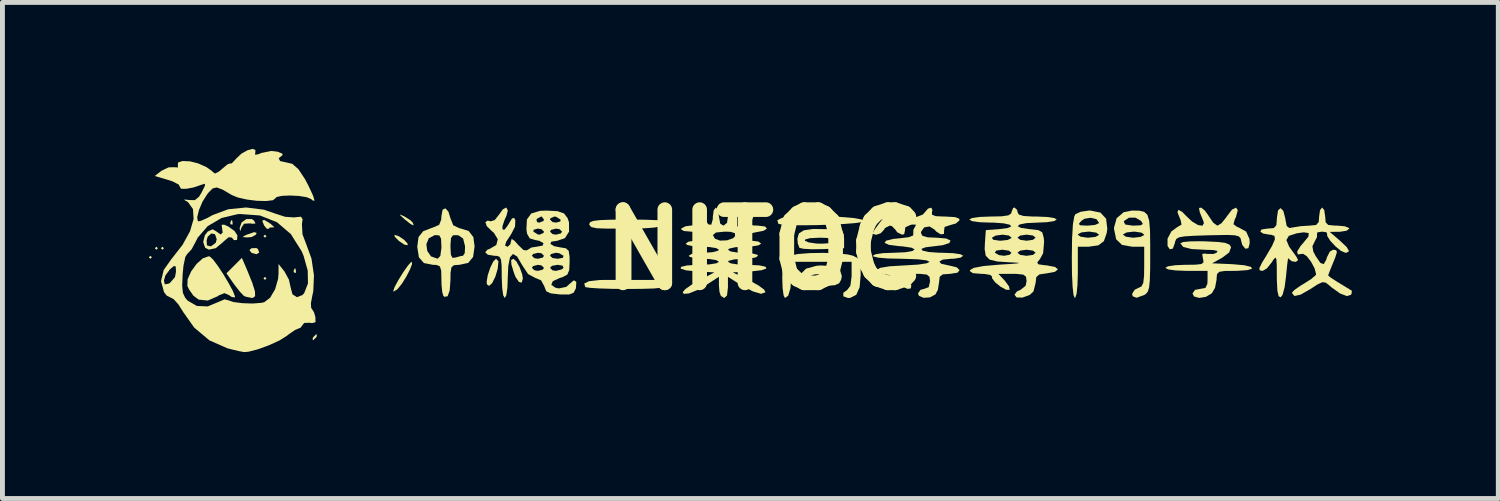
<source format=kicad_pcb>
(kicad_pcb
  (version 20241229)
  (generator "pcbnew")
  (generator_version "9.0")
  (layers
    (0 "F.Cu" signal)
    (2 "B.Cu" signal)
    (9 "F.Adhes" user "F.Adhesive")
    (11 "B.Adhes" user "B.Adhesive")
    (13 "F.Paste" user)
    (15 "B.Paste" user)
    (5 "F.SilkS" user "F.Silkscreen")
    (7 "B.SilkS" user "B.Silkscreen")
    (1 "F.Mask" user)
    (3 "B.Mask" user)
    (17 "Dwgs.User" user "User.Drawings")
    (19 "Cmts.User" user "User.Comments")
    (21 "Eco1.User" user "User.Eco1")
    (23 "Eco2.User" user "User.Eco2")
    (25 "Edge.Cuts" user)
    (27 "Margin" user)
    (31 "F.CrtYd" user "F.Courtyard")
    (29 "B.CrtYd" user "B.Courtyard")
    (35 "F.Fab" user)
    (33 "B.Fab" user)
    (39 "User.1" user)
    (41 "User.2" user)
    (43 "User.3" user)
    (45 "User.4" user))
  (footprint "NITOC"
    (layer "F.Cu")
    (at 12.607 2.067)
    (property "Reference" "NITOC" (at 0 0 0) (layer "F.SilkS") (effects (font (size 1.5 1.5) (thickness 0.3))))
    (attr board_only exclude_from_pos_files exclude_from_bom)
    (fp_poly (pts (xy -12.545 0.155) (xy -12.576 0.185) (xy -12.607 0.155) (xy -12.576 0.124)) (stroke (width 0) (type solid)) (fill yes) (layer "F.SilkS"))
    (fp_poly (pts (xy -12.422 -0.031) (xy -12.453 0) (xy -12.484 -0.031) (xy -12.453 -0.062)) (stroke (width 0) (type solid)) (fill yes) (layer "F.SilkS"))
    (fp_poly (pts (xy -12.298 -0.031) (xy -12.329 0) (xy -12.36 -0.031) (xy -12.329 -0.062)) (stroke (width 0) (type solid)) (fill yes) (layer "F.SilkS"))
    (fp_poly (pts (xy -10.197 -0.278) (xy -10.228 -0.247) (xy -10.259 -0.278) (xy -10.228 -0.309)) (stroke (width 0) (type solid)) (fill yes) (layer "F.SilkS"))
    (fp_poly (pts (xy -10.197 0.587) (xy -10.228 0.618) (xy -10.259 0.587) (xy -10.228 0.556)) (stroke (width 0) (type solid)) (fill yes) (layer "F.SilkS"))
    (fp_poly (pts (xy -10.897 -0.597) (xy -10.89 -0.524) (xy -10.897 -0.515) (xy -10.934 -0.523) (xy -10.939 -0.556) (xy -10.916 -0.607)) (stroke (width 0) (type solid)) (fill yes) (layer "F.SilkS"))
    (fp_poly (pts (xy -9.6 0.391) (xy -9.592 0.465) (xy -9.6 0.474) (xy -9.636 0.465) (xy -9.641 0.433) (xy -9.618 0.382)) (stroke (width 0) (type solid)) (fill yes) (layer "F.SilkS"))
    (fp_poly (pts (xy -10.372 -0.014) (xy -10.346 0.057) (xy -10.402 0.092) (xy -10.5 0.065) (xy -10.547 0.009) (xy -10.507 -0.03) (xy -10.404 -0.035)) (stroke (width 0) (type solid)) (fill yes) (layer "F.SilkS"))
    (fp_poly (pts (xy -10.399 -0.345) (xy -10.413 -0.309) (xy -10.499 -0.261) (xy -10.587 -0.252) (xy -10.682 -0.259) (xy -10.657 -0.283) (xy -10.599 -0.309) (xy -10.448 -0.361)) (stroke (width 0) (type solid)) (fill yes) (layer "F.SilkS"))
    (fp_poly (pts (xy -9.166 1.77) (xy -9.177 1.792) (xy -9.236 1.851) (xy -9.246 1.854) (xy -9.251 1.814) (xy -9.239 1.792) (xy -9.181 1.733) (xy -9.17 1.73)) (stroke (width 0) (type solid)) (fill yes) (layer "F.SilkS"))
    (fp_poly (pts (xy -7.373 -0.683) (xy -7.252 -0.608) (xy -7.2 -0.556) (xy -7.18 -0.498) (xy -7.241 -0.524) (xy -7.363 -0.621) (xy -7.456 -0.705) (xy -7.457 -0.721)) (stroke (width 0) (type solid)) (fill yes) (layer "F.SilkS"))
    (fp_poly (pts (xy -10.132 -0.545) (xy -10.101 -0.521) (xy -10.036 -0.462) (xy -10.053 -0.459) (xy -10.131 -0.455) (xy -10.146 -0.432) (xy -10.188 -0.428) (xy -10.244 -0.494) (xy -10.285 -0.593) (xy -10.244 -0.611)) (stroke (width 0) (type solid)) (fill yes) (layer "F.SilkS"))
    (fp_poly (pts (xy -7.48 -0.274) (xy -7.377 -0.204) (xy -7.308 -0.129) (xy -7.304 -0.092) (xy -7.368 -0.103) (xy -7.479 -0.177) (xy -7.485 -0.182) (xy -7.568 -0.265) (xy -7.575 -0.305) (xy -7.571 -0.305)) (stroke (width 0) (type solid)) (fill yes) (layer "F.SilkS"))
    (fp_poly (pts (xy -5.078 0.237) (xy -5.01 0.359) (xy -4.958 0.501) (xy -4.944 0.59) (xy -4.968 0.674) (xy -5.024 0.66) (xy -5.093 0.56) (xy -5.123 0.485) (xy -5.179 0.303) (xy -5.184 0.211) (xy -5.139 0.185)) (stroke (width 0) (type solid)) (fill yes) (layer "F.SilkS"))
    (fp_poly (pts (xy -10.494 -0.628) (xy -10.45 -0.594) (xy -10.421 -0.537) (xy -10.489 -0.533) (xy -10.531 -0.54) (xy -10.657 -0.533) (xy -10.71 -0.454) (xy -10.734 -0.38) (xy -10.744 -0.423) (xy -10.746 -0.446) (xy -10.707 -0.56) (xy -10.607 -0.629)) (stroke (width 0) (type solid)) (fill yes) (layer "F.SilkS"))
    (fp_poly (pts (xy -5.444 0.237) (xy -5.459 0.389) (xy -5.506 0.547) (xy -5.572 0.683) (xy -5.637 0.741) (xy -5.68 0.709) (xy -5.686 0.658) (xy -5.664 0.525) (xy -5.613 0.371) (xy -5.551 0.242) (xy -5.496 0.186) (xy -5.494 0.185)) (stroke (width 0) (type solid)) (fill yes) (layer "F.SilkS"))
    (fp_poly (pts (xy -10.597 0.408) (xy -10.488 0.677) (xy -10.433 0.853) (xy -10.43 0.951) (xy -10.476 0.987) (xy -10.495 0.988) (xy -10.624 0.962) (xy -10.664 0.942) (xy -10.738 0.864) (xy -10.844 0.73) (xy -10.873 0.69) (xy -11.017 0.483) (xy -10.859 0.325) (xy -10.701 0.167)) (stroke (width 0) (type solid)) (fill yes) (layer "F.SilkS"))
    (fp_poly (pts (xy -7.214 0.293) (xy -7.257 0.405) (xy -7.332 0.551) (xy -7.421 0.694) (xy -7.506 0.799) (xy -7.522 0.814) (xy -7.59 0.856) (xy -7.601 0.85) (xy -7.571 0.763) (xy -7.495 0.623) (xy -7.398 0.466) (xy -7.303 0.33) (xy -7.235 0.253) (xy -7.221 0.247)) (stroke (width 0) (type solid)) (fill yes) (layer "F.SilkS"))
    (fp_poly (pts (xy -11.356 0.14) (xy -11.29 0.202) (xy -11.191 0.335) (xy -11.077 0.508) (xy -10.969 0.69) (xy -10.884 0.848) (xy -10.843 0.954) (xy -10.844 0.977) (xy -10.909 0.968) (xy -10.965 0.93) (xy -11.058 0.889) (xy -11.169 0.933) (xy -11.197 0.953) (xy -11.4 1.041) (xy -11.586 1.022) (xy -11.694 0.942) (xy -11.783 0.815) (xy -11.818 0.742) (xy -11.813 0.606) (xy -11.741 0.444) (xy -11.628 0.289) (xy -11.499 0.175) (xy -11.381 0.134)) (stroke (width 0) (type solid)) (fill yes) (layer "F.SilkS"))
    (fp_poly (pts (xy 1.23 -0.815) (xy 1.236 -0.775) (xy 1.27 -0.722) (xy 1.384 -0.689) (xy 1.599 -0.669) (xy 1.638 -0.667) (xy 1.846 -0.649) (xy 1.996 -0.62) (xy 2.055 -0.587) (xy 2.003 -0.565) (xy 1.854 -0.545) (xy 1.634 -0.528) (xy 1.369 -0.514) (xy 1.086 -0.505) (xy 0.811 -0.501) (xy 0.57 -0.503) (xy 0.39 -0.512) (xy 0.297 -0.529) (xy 0.292 -0.532) (xy 0.269 -0.604) (xy 0.365 -0.653) (xy 0.577 -0.677) (xy 0.714 -0.68) (xy 0.939 -0.686) (xy 1.063 -0.709) (xy 1.11 -0.753) (xy 1.112 -0.773) (xy 1.146 -0.855) (xy 1.174 -0.865)) (stroke (width 0) (type solid)) (fill yes) (layer "F.SilkS"))
    (fp_poly (pts (xy 1.301 -0.421) (xy 1.494 -0.406) (xy 1.594 -0.378) (xy 1.632 -0.319) (xy 1.638 -0.216) (xy 1.638 -0.031) (xy 1.202 -0.013) (xy 0.981 -0.01) (xy 0.81 -0.019) (xy 0.725 -0.038) (xy 0.723 -0.039) (xy 0.689 -0.129) (xy 0.684 -0.185) (xy 0.834 -0.185) (xy 0.914 -0.15) (xy 1.073 -0.127) (xy 1.178 -0.124) (xy 1.353 -0.135) (xy 1.463 -0.164) (xy 1.483 -0.185) (xy 1.427 -0.219) (xy 1.283 -0.242) (xy 1.14 -0.247) (xy 0.94 -0.237) (xy 0.84 -0.21) (xy 0.834 -0.185) (xy 0.684 -0.185) (xy 0.68 -0.225) (xy 0.711 -0.334) (xy 0.815 -0.399) (xy 1.008 -0.426)) (stroke (width 0) (type solid)) (fill yes) (layer "F.SilkS"))
    (fp_poly (pts (xy 1.406 0.335) (xy 1.552 0.408) (xy 1.592 0.542) (xy 1.577 0.615) (xy 1.537 0.687) (xy 1.455 0.725) (xy 1.299 0.74) (xy 1.168 0.742) (xy 0.946 0.733) (xy 0.82 0.703) (xy 0.762 0.645) (xy 0.761 0.641) (xy 0.757 0.556) (xy 0.927 0.556) (xy 0.982 0.595) (xy 1.119 0.616) (xy 1.174 0.618) (xy 1.329 0.604) (xy 1.415 0.57) (xy 1.421 0.556) (xy 1.367 0.518) (xy 1.23 0.496) (xy 1.174 0.494) (xy 1.019 0.508) (xy 0.933 0.542) (xy 0.927 0.556) (xy 0.757 0.556) (xy 0.753 0.492) (xy 0.859 0.387) (xy 1.072 0.329) (xy 1.155 0.322)) (stroke (width 0) (type solid)) (fill yes) (layer "F.SilkS"))
    (fp_poly (pts (xy -10.979 -0.476) (xy -10.852 -0.385) (xy -10.793 -0.294) (xy -10.8 -0.2) (xy -10.862 -0.197) (xy -10.91 -0.25) (xy -10.973 -0.256) (xy -11.077 -0.168) (xy -11.085 -0.158) (xy -11.236 -0.032) (xy -11.377 -0.002) (xy -11.454 -0.041) (xy -11.494 -0.157) (xy -11.485 -0.195) (xy -11.423 -0.195) (xy -11.417 -0.089) (xy -11.344 -0.07) (xy -11.33 -0.073) (xy -11.235 -0.144) (xy -11.217 -0.217) (xy -11.252 -0.318) (xy -11.328 -0.333) (xy -11.4 -0.268) (xy -11.423 -0.195) (xy -11.485 -0.195) (xy -11.459 -0.298) (xy -11.4 -0.373) (xy -11.3 -0.419) (xy -11.233 -0.381) (xy -11.136 -0.313) (xy -11.095 -0.35) (xy -11.105 -0.43) (xy -11.116 -0.51) (xy -11.066 -0.514)) (stroke (width 0) (type solid)) (fill yes) (layer "F.SilkS"))
    (fp_poly (pts (xy 1.484 0.073) (xy 1.709 0.096) (xy 1.819 0.122) (xy 1.912 0.17) (xy 1.96 0.248) (xy 1.976 0.393) (xy 1.978 0.511) (xy 1.956 0.769) (xy 1.888 0.923) (xy 1.765 0.986) (xy 1.718 0.989) (xy 1.622 0.954) (xy 1.622 0.882) (xy 1.7 0.826) (xy 1.767 0.739) (xy 1.792 0.544) (xy 1.792 0.519) (xy 1.792 0.247) (xy 1.174 0.247) (xy 0.556 0.247) (xy 0.556 0.52) (xy 0.54 0.785) (xy 0.492 0.943) (xy 0.426 0.989) (xy 0.398 0.932) (xy 0.378 0.785) (xy 0.371 0.586) (xy 0.375 0.366) (xy 0.393 0.238) (xy 0.438 0.169) (xy 0.52 0.126) (xy 0.529 0.122) (xy 0.691 0.088) (xy 0.932 0.069) (xy 1.211 0.064)) (stroke (width 0) (type solid)) (fill yes) (layer "F.SilkS"))
    (fp_poly (pts (xy -2.432 -0.615) (xy -2.196 -0.606) (xy -2.056 -0.589) (xy -1.996 -0.562) (xy -1.993 -0.541) (xy -2.068 -0.491) (xy -2.241 -0.456) (xy -2.369 -0.445) (xy -2.719 -0.426) (xy -2.719 0.096) (xy -2.719 0.618) (xy -2.279 0.618) (xy -2.053 0.621) (xy -1.93 0.634) (xy -1.89 0.661) (xy -1.913 0.708) (xy -1.916 0.711) (xy -1.973 0.75) (xy -2.082 0.777) (xy -2.261 0.794) (xy -2.529 0.802) (xy -2.809 0.803) (xy -3.115 0.801) (xy -3.375 0.793) (xy -3.564 0.781) (xy -3.66 0.767) (xy -3.665 0.764) (xy -3.687 0.693) (xy -3.59 0.645) (xy -3.378 0.621) (xy -3.241 0.618) (xy -2.843 0.618) (xy -2.843 0.093) (xy -2.843 -0.433) (xy -3.214 -0.433) (xy -3.429 -0.44) (xy -3.545 -0.465) (xy -3.584 -0.514) (xy -3.584 -0.525) (xy -3.567 -0.564) (xy -3.501 -0.59) (xy -3.369 -0.607) (xy -3.153 -0.615) (xy -2.834 -0.618) (xy -2.776 -0.618)) (stroke (width 0) (type solid)) (fill yes) (layer "F.SilkS"))
    (fp_poly (pts (xy 6.891 -0.761) (xy 7.006 -0.636) (xy 7.031 -0.427) (xy 7.018 -0.339) (xy 6.961 -0.176) (xy 6.847 -0.09) (xy 6.648 -0.062) (xy 6.608 -0.062) (xy 6.427 -0.062) (xy 6.427 0.464) (xy 6.42 0.719) (xy 6.402 0.9) (xy 6.373 0.985) (xy 6.365 0.989) (xy 6.339 0.929) (xy 6.32 0.758) (xy 6.307 0.489) (xy 6.304 0.167) (xy 6.309 -0.235) (xy 6.314 -0.309) (xy 6.427 -0.309) (xy 6.482 -0.268) (xy 6.615 -0.248) (xy 6.644 -0.247) (xy 6.787 -0.263) (xy 6.858 -0.301) (xy 6.86 -0.309) (xy 6.806 -0.35) (xy 6.672 -0.37) (xy 6.644 -0.371) (xy 6.501 -0.355) (xy 6.429 -0.317) (xy 6.427 -0.309) (xy 6.314 -0.309) (xy 6.326 -0.517) (xy 6.328 -0.529) (xy 6.447 -0.529) (xy 6.476 -0.501) (xy 6.608 -0.494) (xy 6.63 -0.494) (xy 6.778 -0.508) (xy 6.856 -0.542) (xy 6.86 -0.552) (xy 6.81 -0.626) (xy 6.694 -0.655) (xy 6.565 -0.635) (xy 6.5 -0.593) (xy 6.447 -0.529) (xy 6.328 -0.529) (xy 6.354 -0.683) (xy 6.378 -0.729) (xy 6.485 -0.778) (xy 6.653 -0.803) (xy 6.685 -0.803)) (stroke (width 0) (type solid)) (fill yes) (layer "F.SilkS"))
    (fp_poly (pts (xy 9.704 -0.81) (xy 9.668 -0.673) (xy 9.641 -0.618) (xy 9.616 -0.523) (xy 9.691 -0.468) (xy 9.718 -0.459) (xy 9.876 -0.372) (xy 9.943 -0.222) (xy 9.949 -0.134) (xy 9.921 -0.031) (xy 9.859 -0.021) (xy 9.797 -0.097) (xy 9.775 -0.177) (xy 9.761 -0.237) (xy 9.723 -0.275) (xy 9.641 -0.296) (xy 9.49 -0.303) (xy 9.249 -0.299) (xy 9.096 -0.296) (xy 8.803 -0.286) (xy 8.612 -0.274) (xy 8.5 -0.254) (xy 8.443 -0.22) (xy 8.421 -0.167) (xy 8.416 -0.139) (xy 8.374 -0.024) (xy 8.312 -0.009) (xy 8.265 -0.077) (xy 8.265 -0.226) (xy 8.343 -0.375) (xy 8.463 -0.462) (xy 8.551 -0.515) (xy 8.534 -0.607) (xy 8.528 -0.618) (xy 8.469 -0.765) (xy 8.487 -0.819) (xy 8.57 -0.772) (xy 8.644 -0.695) (xy 8.77 -0.577) (xy 8.891 -0.506) (xy 8.98 -0.492) (xy 9.01 -0.543) (xy 8.999 -0.587) (xy 8.94 -0.732) (xy 8.924 -0.773) (xy 8.91 -0.856) (xy 8.954 -0.863) (xy 9.029 -0.804) (xy 9.108 -0.694) (xy 9.116 -0.68) (xy 9.202 -0.554) (xy 9.283 -0.495) (xy 9.289 -0.494) (xy 9.37 -0.543) (xy 9.466 -0.662) (xy 9.477 -0.68) (xy 9.586 -0.822) (xy 9.669 -0.863)) (stroke (width 0) (type solid)) (fill yes) (layer "F.SilkS"))
    (fp_poly (pts (xy 7.685 -0.8) (xy 7.787 -0.777) (xy 7.853 -0.715) (xy 7.889 -0.595) (xy 7.906 -0.399) (xy 7.91 -0.107) (xy 7.91 0.066) (xy 7.909 0.395) (xy 7.902 0.623) (xy 7.888 0.769) (xy 7.862 0.856) (xy 7.822 0.905) (xy 7.791 0.925) (xy 7.632 0.984) (xy 7.55 0.953) (xy 7.54 0.903) (xy 7.591 0.82) (xy 7.663 0.785) (xy 7.73 0.753) (xy 7.768 0.679) (xy 7.784 0.535) (xy 7.787 0.346) (xy 7.787 -0.062) (xy 7.542 -0.062) (xy 7.333 -0.098) (xy 7.212 -0.215) (xy 7.193 -0.309) (xy 7.354 -0.309) (xy 7.409 -0.268) (xy 7.542 -0.248) (xy 7.571 -0.247) (xy 7.714 -0.263) (xy 7.785 -0.301) (xy 7.787 -0.309) (xy 7.733 -0.35) (xy 7.599 -0.37) (xy 7.571 -0.371) (xy 7.428 -0.355) (xy 7.356 -0.317) (xy 7.354 -0.309) (xy 7.193 -0.309) (xy 7.169 -0.423) (xy 7.169 -0.455) (xy 7.202 -0.572) (xy 7.369 -0.572) (xy 7.4 -0.516) (xy 7.545 -0.495) (xy 7.573 -0.494) (xy 7.717 -0.501) (xy 7.759 -0.529) (xy 7.723 -0.59) (xy 7.609 -0.657) (xy 7.476 -0.657) (xy 7.38 -0.594) (xy 7.369 -0.572) (xy 7.202 -0.572) (xy 7.222 -0.646) (xy 7.367 -0.769) (xy 7.539 -0.803)) (stroke (width 0) (type solid)) (fill yes) (layer "F.SilkS"))
    (fp_poly (pts (xy 9.038 -0.172) (xy 9.296 -0.159) (xy 9.454 -0.138) (xy 9.537 -0.103) (xy 9.567 -0.05) (xy 9.527 0.057) (xy 9.382 0.166) (xy 9.177 0.278) (xy 9.595 0.296) (xy 9.839 0.318) (xy 9.974 0.351) (xy 9.998 0.387) (xy 9.907 0.417) (xy 9.699 0.432) (xy 9.641 0.433) (xy 9.436 0.435) (xy 9.325 0.452) (xy 9.279 0.498) (xy 9.27 0.587) (xy 9.27 0.614) (xy 9.238 0.78) (xy 9.173 0.892) (xy 9.052 0.965) (xy 8.915 0.987) (xy 8.809 0.958) (xy 8.776 0.896) (xy 8.829 0.822) (xy 8.93 0.803) (xy 9.041 0.783) (xy 9.081 0.699) (xy 9.085 0.618) (xy 9.085 0.433) (xy 8.652 0.433) (xy 8.43 0.424) (xy 8.277 0.403) (xy 8.219 0.371) (xy 8.219 0.371) (xy 8.276 0.339) (xy 8.427 0.317) (xy 8.625 0.309) (xy 8.842 0.306) (xy 8.959 0.293) (xy 9.002 0.259) (xy 8.995 0.197) (xy 8.99 0.179) (xy 8.976 0.086) (xy 9.039 0.078) (xy 9.063 0.085) (xy 9.206 0.087) (xy 9.27 0.061) (xy 9.29 0.025) (xy 9.201 0.006) (xy 9.043 0.001) (xy 8.756 -0.014) (xy 8.586 -0.058) (xy 8.528 -0.131) (xy 8.528 -0.133) (xy 8.586 -0.158) (xy 8.74 -0.172) (xy 8.964 -0.174)) (stroke (width 0) (type solid)) (fill yes) (layer "F.SilkS"))
    (fp_poly (pts (xy -6.469 -0.78) (xy -6.427 -0.644) (xy -6.37 -0.501) (xy -6.249 -0.443) (xy -6.241 -0.442) (xy -6.054 -0.384) (xy -5.958 -0.259) (xy -5.933 -0.067) (xy -5.964 0.149) (xy -6.064 0.27) (xy -6.245 0.309) (xy -6.254 0.309) (xy -6.357 0.317) (xy -6.408 0.362) (xy -6.426 0.477) (xy -6.427 0.614) (xy -6.443 0.833) (xy -6.485 0.953) (xy -6.551 0.964) (xy -6.573 0.946) (xy -6.596 0.866) (xy -6.611 0.706) (xy -6.613 0.608) (xy -6.617 0.429) (xy -6.644 0.341) (xy -6.712 0.312) (xy -6.786 0.309) (xy -6.971 0.273) (xy -7.074 0.156) (xy -7.107 -0.056) (xy -7.107 -0.067) (xy -7.101 -0.113) (xy -6.921 -0.113) (xy -6.903 0.024) (xy -6.825 0.137) (xy -6.69 0.184) (xy -6.69 0.184) (xy -6.635 0.127) (xy -6.613 -0.037) (xy -6.613 -0.059) (xy -6.427 -0.059) (xy -6.419 0.103) (xy -6.386 0.166) (xy -6.329 0.161) (xy -6.209 0.128) (xy -6.171 0.124) (xy -6.135 0.07) (xy -6.128 -0.06) (xy -6.13 -0.077) (xy -6.167 -0.227) (xy -6.255 -0.291) (xy -6.288 -0.298) (xy -6.376 -0.297) (xy -6.416 -0.241) (xy -6.427 -0.098) (xy -6.427 -0.059) (xy -6.613 -0.059) (xy -6.613 -0.066) (xy -6.62 -0.226) (xy -6.655 -0.293) (xy -6.737 -0.3) (xy -6.752 -0.298) (xy -6.872 -0.234) (xy -6.921 -0.113) (xy -7.101 -0.113) (xy -7.081 -0.261) (xy -6.987 -0.379) (xy -6.798 -0.452) (xy -6.783 -0.456) (xy -6.659 -0.51) (xy -6.616 -0.618) (xy -6.613 -0.686) (xy -6.588 -0.82) (xy -6.532 -0.849)) (stroke (width 0) (type solid)) (fill yes) (layer "F.SilkS"))
    (fp_poly (pts (xy 11.476 -0.812) (xy 11.495 -0.682) (xy 11.495 -0.68) (xy 11.505 -0.561) (xy 11.558 -0.508) (xy 11.689 -0.495) (xy 11.742 -0.494) (xy 11.897 -0.481) (xy 11.983 -0.446) (xy 11.989 -0.433) (xy 11.935 -0.39) (xy 11.804 -0.369) (xy 11.788 -0.368) (xy 11.588 -0.366) (xy 11.788 -0.194) (xy 11.937 -0.054) (xy 11.984 0.029) (xy 11.933 0.061) (xy 11.908 0.062) (xy 11.818 0.023) (xy 11.705 -0.07) (xy 11.6 -0.183) (xy 11.536 -0.283) (xy 11.535 -0.329) (xy 11.517 -0.36) (xy 11.433 -0.371) (xy 11.338 -0.357) (xy 11.328 -0.332) (xy 11.327 -0.258) (xy 11.282 -0.172) (xy 11.233 -0.07) (xy 11.252 0.037) (xy 11.3 0.129) (xy 11.396 0.27) (xy 11.465 0.295) (xy 11.517 0.205) (xy 11.531 0.155) (xy 11.59 0.039) (xy 11.656 0) (xy 11.72 0.008) (xy 11.735 0.052) (xy 11.701 0.16) (xy 11.649 0.288) (xy 11.59 0.433) (xy 11.558 0.52) (xy 11.557 0.528) (xy 11.604 0.568) (xy 11.724 0.646) (xy 11.788 0.685) (xy 11.934 0.774) (xy 12.028 0.832) (xy 12.042 0.841) (xy 12.036 0.898) (xy 12.023 0.923) (xy 11.941 0.95) (xy 11.8 0.896) (xy 11.624 0.77) (xy 11.587 0.737) (xy 11.509 0.675) (xy 11.437 0.665) (xy 11.335 0.713) (xy 11.193 0.805) (xy 10.992 0.92) (xy 10.865 0.948) (xy 10.816 0.888) (xy 10.816 0.877) (xy 10.865 0.824) (xy 10.988 0.738) (xy 11.063 0.693) (xy 11.21 0.599) (xy 11.298 0.524) (xy 11.309 0.502) (xy 11.279 0.383) (xy 11.206 0.246) (xy 11.118 0.132) (xy 11.042 0.083) (xy 11.031 0.084) (xy 10.933 0.096) (xy 10.921 0.036) (xy 10.993 -0.079) (xy 11.041 -0.134) (xy 11.152 -0.269) (xy 11.158 -0.341) (xy 11.057 -0.357) (xy 10.914 -0.337) (xy 10.751 -0.285) (xy 10.7 -0.199) (xy 10.756 -0.065) (xy 10.815 0.017) (xy 10.901 0.136) (xy 10.939 0.209) (xy 10.939 0.211) (xy 10.896 0.249) (xy 10.811 0.236) (xy 10.748 0.186) (xy 10.742 0.17) (xy 10.733 0.187) (xy 10.717 0.303) (xy 10.698 0.493) (xy 10.696 0.52) (xy 10.665 0.763) (xy 10.623 0.922) (xy 10.583 0.974) (xy 10.541 0.952) (xy 10.516 0.842) (xy 10.505 0.629) (xy 10.504 0.546) (xy 10.503 0.315) (xy 10.495 0.192) (xy 10.475 0.159) (xy 10.437 0.2) (xy 10.397 0.263) (xy 10.302 0.381) (xy 10.217 0.432) (xy 10.214 0.433) (xy 10.153 0.422) (xy 10.147 0.375) (xy 10.2 0.267) (xy 10.279 0.138) (xy 10.407 -0.079) (xy 10.465 -0.213) (xy 10.456 -0.284) (xy 10.383 -0.308) (xy 10.353 -0.309) (xy 10.223 -0.332) (xy 10.166 -0.371) (xy 10.19 -0.415) (xy 10.311 -0.433) (xy 10.317 -0.433) (xy 10.443 -0.444) (xy 10.495 -0.502) (xy 10.506 -0.646) (xy 10.506 -0.654) (xy 10.529 -0.807) (xy 10.581 -0.853) (xy 10.638 -0.795) (xy 10.679 -0.638) (xy 10.68 -0.623) (xy 10.706 -0.487) (xy 10.762 -0.445) (xy 10.835 -0.457) (xy 10.995 -0.483) (xy 11.17 -0.494) (xy 11.309 -0.507) (xy 11.363 -0.568) (xy 11.371 -0.68) (xy 11.389 -0.81) (xy 11.432 -0.865) (xy 11.433 -0.865)) (stroke (width 0) (type solid)) (fill yes) (layer "F.SilkS"))
    (fp_poly (pts (xy 3.449 -0.81) (xy 3.438 -0.773) (xy 3.44 -0.717) (xy 3.516 -0.688) (xy 3.688 -0.68) (xy 3.715 -0.68) (xy 3.911 -0.669) (xy 3.997 -0.636) (xy 4.002 -0.603) (xy 3.928 -0.538) (xy 3.815 -0.506) (xy 3.697 -0.467) (xy 3.687 -0.398) (xy 3.684 -0.324) (xy 3.617 -0.316) (xy 3.527 -0.372) (xy 3.492 -0.412) (xy 3.389 -0.477) (xy 3.279 -0.458) (xy 3.216 -0.369) (xy 3.214 -0.342) (xy 3.244 -0.283) (xy 3.353 -0.254) (xy 3.528 -0.247) (xy 3.731 -0.23) (xy 3.819 -0.188) (xy 3.794 -0.137) (xy 3.66 -0.093) (xy 3.502 -0.074) (xy 3.305 -0.05) (xy 3.222 -0.017) (xy 3.245 0.018) (xy 3.366 0.046) (xy 3.578 0.061) (xy 3.646 0.062) (xy 3.868 0.07) (xy 4.021 0.092) (xy 4.079 0.124) (xy 4.079 0.124) (xy 4.024 0.162) (xy 3.887 0.184) (xy 3.832 0.185) (xy 3.661 0.202) (xy 3.59 0.242) (xy 3.627 0.287) (xy 3.777 0.32) (xy 3.781 0.321) (xy 3.943 0.359) (xy 4.004 0.417) (xy 3.962 0.47) (xy 3.811 0.494) (xy 3.806 0.494) (xy 3.658 0.505) (xy 3.597 0.554) (xy 3.584 0.667) (xy 3.559 0.822) (xy 3.51 0.915) (xy 3.397 0.976) (xy 3.268 0.985) (xy 3.172 0.945) (xy 3.152 0.896) (xy 3.203 0.821) (xy 3.275 0.803) (xy 3.372 0.767) (xy 3.399 0.649) (xy 3.388 0.555) (xy 3.333 0.509) (xy 3.202 0.495) (xy 3.111 0.494) (xy 2.941 0.498) (xy 2.873 0.516) (xy 2.887 0.562) (xy 2.926 0.607) (xy 3.016 0.73) (xy 3.004 0.792) (xy 2.94 0.803) (xy 2.843 0.758) (xy 2.731 0.65) (xy 2.73 0.649) (xy 2.568 0.522) (xy 2.443 0.494) (xy 2.321 0.471) (xy 2.302 0.417) (xy 2.378 0.371) (xy 2.572 0.339) (xy 2.863 0.322) (xy 3.159 0.304) (xy 3.333 0.277) (xy 3.389 0.247) (xy 3.327 0.218) (xy 3.151 0.196) (xy 2.861 0.186) (xy 2.812 0.185) (xy 2.535 0.179) (xy 2.336 0.162) (xy 2.234 0.136) (xy 2.225 0.124) (xy 2.282 0.092) (xy 2.435 0.07) (xy 2.657 0.062) (xy 2.657 0.062) (xy 2.897 0.051) (xy 3.041 0.025) (xy 3.083 -0.009) (xy 3.016 -0.043) (xy 2.835 -0.069) (xy 2.766 -0.074) (xy 2.557 -0.1) (xy 2.468 -0.141) (xy 2.498 -0.186) (xy 2.646 -0.222) (xy 2.782 -0.235) (xy 2.963 -0.257) (xy 3.052 -0.292) (xy 3.055 -0.315) (xy 3.057 -0.409) (xy 3.085 -0.458) (xy 3.112 -0.513) (xy 3.042 -0.517) (xy 3.002 -0.51) (xy 2.892 -0.459) (xy 2.885 -0.395) (xy 2.869 -0.32) (xy 2.825 -0.309) (xy 2.724 -0.359) (xy 2.697 -0.402) (xy 2.618 -0.484) (xy 2.573 -0.494) (xy 2.476 -0.445) (xy 2.45 -0.402) (xy 2.387 -0.337) (xy 2.295 -0.306) (xy 2.23 -0.324) (xy 2.225 -0.344) (xy 2.26 -0.407) (xy 2.351 -0.533) (xy 2.421 -0.622) (xy 2.555 -0.771) (xy 2.656 -0.853) (xy 2.71 -0.859) (xy 2.7 -0.779) (xy 2.699 -0.778) (xy 2.724 -0.713) (xy 2.83 -0.673) (xy 2.979 -0.66) (xy 3.132 -0.675) (xy 3.249 -0.72) (xy 3.283 -0.756) (xy 3.357 -0.842) (xy 3.425 -0.862)) (stroke (width 0) (type solid)) (fill yes) (layer "F.SilkS"))
    (fp_poly (pts (xy -0.578 -0.814) (xy -0.556 -0.664) (xy -0.556 -0.464) (xy -0.407 -0.649) (xy -0.292 -0.763) (xy -0.218 -0.788) (xy -0.202 -0.728) (xy -0.244 -0.623) (xy -0.28 -0.534) (xy -0.235 -0.499) (xy -0.126 -0.494) (xy 0.02 -0.476) (xy 0.056 -0.434) (xy -0.012 -0.388) (xy -0.165 -0.359) (xy -0.328 -0.325) (xy -0.413 -0.271) (xy -0.407 -0.218) (xy -0.302 -0.187) (xy -0.252 -0.185) (xy -0.12 -0.168) (xy -0.062 -0.126) (xy -0.062 -0.124) (xy -0.118 -0.09) (xy -0.262 -0.067) (xy -0.402 -0.062) (xy -0.588 -0.052) (xy -0.711 -0.025) (xy -0.742 0) (xy -0.686 0.035) (xy -0.544 0.058) (xy -0.433 0.062) (xy -0.256 0.073) (xy -0.144 0.101) (xy -0.124 0.124) (xy -0.179 0.159) (xy -0.321 0.181) (xy -0.433 0.185) (xy -0.609 0.197) (xy -0.721 0.225) (xy -0.742 0.247) (xy -0.685 0.279) (xy -0.534 0.302) (xy -0.34 0.309) (xy -0.101 0.32) (xy 0.029 0.348) (xy 0.046 0.384) (xy -0.051 0.419) (xy -0.267 0.444) (xy -0.29 0.445) (xy -0.643 0.464) (xy -0.289 0.636) (xy -0.112 0.734) (xy 0.001 0.819) (xy 0.028 0.871) (xy -0.062 0.903) (xy -0.232 0.853) (xy -0.475 0.723) (xy -0.51 0.701) (xy -0.742 0.555) (xy -0.742 0.772) (xy -0.761 0.937) (xy -0.817 0.989) (xy -0.886 0.948) (xy -0.916 0.861) (xy -0.927 0.73) (xy -0.927 0.554) (xy -1.159 0.704) (xy -1.372 0.827) (xy -1.541 0.895) (xy -1.646 0.904) (xy -1.669 0.87) (xy -1.618 0.809) (xy -1.487 0.717) (xy -1.344 0.634) (xy -1.02 0.464) (xy -1.375 0.445) (xy -1.602 0.422) (xy -1.711 0.387) (xy -1.703 0.351) (xy -1.583 0.322) (xy -1.353 0.309) (xy -1.329 0.309) (xy -1.119 0.3) (xy -0.975 0.277) (xy -0.927 0.247) (xy -0.983 0.212) (xy -1.125 0.19) (xy -1.236 0.185) (xy -1.412 0.174) (xy -1.524 0.146) (xy -1.545 0.124) (xy -1.489 0.088) (xy -1.347 0.066) (xy -1.236 0.062) (xy -1.06 0.051) (xy -0.948 0.022) (xy -0.927 0) (xy -0.983 -0.034) (xy -1.127 -0.056) (xy -1.267 -0.062) (xy -1.453 -0.072) (xy -1.577 -0.098) (xy -1.607 -0.124) (xy -1.553 -0.165) (xy -1.419 -0.185) (xy -1.392 -0.185) (xy -1.249 -0.198) (xy -1.206 -0.242) (xy -1.214 -0.278) (xy -1.244 -0.301) (xy -1.051 -0.301) (xy -1.009 -0.227) (xy -0.904 -0.187) (xy -0.759 -0.193) (xy -0.635 -0.236) (xy -0.596 -0.278) (xy -0.599 -0.339) (xy -0.685 -0.366) (xy -0.805 -0.371) (xy -0.987 -0.353) (xy -1.051 -0.301) (xy -1.244 -0.301) (xy -1.306 -0.348) (xy -1.493 -0.371) (xy -1.647 -0.384) (xy -1.703 -0.42) (xy -1.7 -0.433) (xy -1.614 -0.48) (xy -1.51 -0.494) (xy -1.392 -0.506) (xy -1.368 -0.561) (xy -1.424 -0.684) (xy -1.455 -0.777) (xy -1.401 -0.803) (xy -1.391 -0.803) (xy -1.297 -0.753) (xy -1.225 -0.649) (xy -1.145 -0.52) (xy -1.084 -0.512) (xy -1.053 -0.622) (xy -1.051 -0.68) (xy -1.033 -0.81) (xy -0.99 -0.865) (xy -0.989 -0.865) (xy -0.945 -0.812) (xy -0.927 -0.682) (xy -0.927 -0.68) (xy -0.899 -0.533) (xy -0.834 -0.494) (xy -0.761 -0.55) (xy -0.742 -0.68) (xy -0.714 -0.827) (xy -0.649 -0.865)) (stroke (width 0) (type solid)) (fill yes) (layer "F.SilkS"))
    (fp_poly (pts (xy 5.184 -0.815) (xy 5.191 -0.773) (xy 5.218 -0.721) (xy 5.314 -0.692) (xy 5.502 -0.68) (xy 5.593 -0.68) (xy 5.803 -0.671) (xy 5.947 -0.648) (xy 5.995 -0.618) (xy 5.938 -0.586) (xy 5.788 -0.564) (xy 5.593 -0.556) (xy 5.37 -0.545) (xy 5.235 -0.518) (xy 5.195 -0.483) (xy 5.26 -0.448) (xy 5.439 -0.422) (xy 5.454 -0.421) (xy 5.619 -0.402) (xy 5.698 -0.356) (xy 5.728 -0.248) (xy 5.736 -0.164) (xy 5.716 0.073) (xy 5.653 0.187) (xy 5.596 0.261) (xy 5.617 0.298) (xy 5.736 0.316) (xy 5.788 0.32) (xy 5.962 0.353) (xy 6.019 0.403) (xy 5.958 0.452) (xy 5.794 0.483) (xy 5.641 0.505) (xy 5.576 0.56) (xy 5.562 0.677) (xy 5.562 0.681) (xy 5.518 0.854) (xy 5.443 0.925) (xy 5.289 0.981) (xy 5.172 0.977) (xy 5.129 0.921) (xy 5.181 0.853) (xy 5.253 0.821) (xy 5.357 0.739) (xy 5.377 0.642) (xy 5.365 0.552) (xy 5.307 0.509) (xy 5.171 0.495) (xy 5.088 0.494) (xy 4.799 0.494) (xy 4.934 0.638) (xy 5.015 0.748) (xy 5.031 0.819) (xy 5.029 0.822) (xy 4.957 0.819) (xy 4.845 0.758) (xy 4.735 0.669) (xy 4.67 0.585) (xy 4.669 0.551) (xy 4.637 0.517) (xy 4.515 0.496) (xy 4.448 0.494) (xy 4.276 0.48) (xy 4.215 0.437) (xy 4.218 0.417) (xy 4.296 0.371) (xy 4.495 0.334) (xy 4.813 0.306) (xy 4.825 0.305) (xy 5.073 0.29) (xy 5.203 0.278) (xy 5.221 0.269) (xy 5.132 0.262) (xy 5.037 0.258) (xy 4.778 0.241) (xy 4.619 0.202) (xy 4.54 0.123) (xy 4.53 0.06) (xy 4.727 0.06) (xy 4.728 0.062) (xy 4.813 0.11) (xy 4.917 0.124) (xy 5.031 0.102) (xy 5.068 0.062) (xy 5.191 0.062) (xy 5.245 0.105) (xy 5.374 0.124) (xy 5.377 0.124) (xy 5.507 0.106) (xy 5.562 0.063) (xy 5.562 0.062) (xy 5.508 0.018) (xy 5.379 0.000005) (xy 5.377 0) (xy 5.246 0.018) (xy 5.191 0.061) (xy 5.191 0.062) (xy 5.068 0.062) (xy 5.014 0.019) (xy 4.884 0.000024) (xy 4.879 0) (xy 4.755 0.017) (xy 4.727 0.06) (xy 4.53 0.06) (xy 4.518 -0.013) (xy 4.523 -0.13) (xy 4.531 -0.247) (xy 4.666 -0.247) (xy 4.692 -0.205) (xy 4.818 -0.186) (xy 4.848 -0.185) (xy 4.992 -0.201) (xy 5.065 -0.238) (xy 5.068 -0.247) (xy 5.191 -0.247) (xy 5.245 -0.204) (xy 5.374 -0.185) (xy 5.377 -0.185) (xy 5.507 -0.203) (xy 5.562 -0.246) (xy 5.562 -0.247) (xy 5.508 -0.291) (xy 5.379 -0.309) (xy 5.377 -0.309) (xy 5.246 -0.291) (xy 5.191 -0.248) (xy 5.191 -0.247) (xy 5.068 -0.247) (xy 5.014 -0.291) (xy 4.886 -0.309) (xy 4.743 -0.29) (xy 4.666 -0.247) (xy 4.531 -0.247) (xy 4.542 -0.402) (xy 4.805 -0.421) (xy 4.991 -0.445) (xy 5.064 -0.478) (xy 5.033 -0.513) (xy 4.907 -0.541) (xy 4.697 -0.556) (xy 4.635 -0.556) (xy 4.413 -0.564) (xy 4.26 -0.586) (xy 4.202 -0.618) (xy 4.202 -0.618) (xy 4.26 -0.65) (xy 4.413 -0.672) (xy 4.635 -0.68) (xy 4.635 -0.68) (xy 4.87 -0.685) (xy 5.005 -0.705) (xy 5.061 -0.743) (xy 5.068 -0.773) (xy 5.101 -0.855) (xy 5.129 -0.865)) (stroke (width 0) (type solid)) (fill yes) (layer "F.SilkS"))
    (fp_poly (pts (xy -5.253 -0.808) (xy -5.253 -0.799) (xy -5.28 -0.696) (xy -5.319 -0.611) (xy -5.362 -0.482) (xy -5.36 -0.414) (xy -5.32 -0.411) (xy -5.252 -0.499) (xy -5.237 -0.525) (xy -5.167 -0.64) (xy -5.124 -0.653) (xy -5.098 -0.605) (xy -5.104 -0.474) (xy -5.185 -0.317) (xy -5.285 -0.165) (xy -5.309 -0.086) (xy -5.262 -0.062) (xy -5.253 -0.062) (xy -5.2 -0.113) (xy -5.189 -0.17) (xy -5.172 -0.222) (xy -5.113 -0.182) (xy -5.042 -0.101) (xy -4.93 0.007) (xy -4.861 0.013) (xy -4.855 0.007) (xy -4.767 -0.046) (xy -4.662 -0.062) (xy -4.538 -0.085) (xy -4.521 -0.134) (xy -4.606 -0.183) (xy -4.681 -0.197) (xy -4.803 -0.232) (xy -4.857 -0.326) (xy -4.864 -0.371) (xy -4.728 -0.371) (xy -4.638 -0.314) (xy -4.6 -0.309) (xy -4.521 -0.344) (xy -4.511 -0.371) (xy -4.388 -0.371) (xy -4.336 -0.321) (xy -4.264 -0.309) (xy -4.164 -0.335) (xy -4.141 -0.371) (xy -4.192 -0.421) (xy -4.264 -0.433) (xy -4.365 -0.407) (xy -4.388 -0.371) (xy -4.511 -0.371) (xy -4.563 -0.421) (xy -4.639 -0.433) (xy -4.724 -0.409) (xy -4.728 -0.371) (xy -4.864 -0.371) (xy -4.871 -0.421) (xy -4.861 -0.618) (xy -4.666 -0.618) (xy -4.652 -0.565) (xy -4.608 -0.556) (xy -4.523 -0.588) (xy -4.511 -0.618) (xy -4.388 -0.618) (xy -4.336 -0.568) (xy -4.261 -0.556) (xy -4.175 -0.58) (xy -4.172 -0.618) (xy -4.261 -0.675) (xy -4.299 -0.68) (xy -4.379 -0.645) (xy -4.388 -0.618) (xy -4.511 -0.618) (xy -4.556 -0.678) (xy -4.57 -0.68) (xy -4.653 -0.635) (xy -4.666 -0.618) (xy -4.861 -0.618) (xy -4.86 -0.622) (xy -4.772 -0.743) (xy -4.591 -0.797) (xy -4.458 -0.802) (xy -4.234 -0.79) (xy -4.101 -0.744) (xy -4.027 -0.648) (xy -3.999 -0.562) (xy -3.997 -0.372) (xy -4.082 -0.237) (xy -4.235 -0.185) (xy -4.236 -0.185) (xy -4.361 -0.165) (xy -4.38 -0.12) (xy -4.303 -0.073) (xy -4.187 -0.05) (xy -4.063 -0.03) (xy -4.005 0.022) (xy -3.987 0.143) (xy -3.986 0.245) (xy -3.994 0.418) (xy -4.033 0.51) (xy -4.129 0.561) (xy -4.189 0.579) (xy -4.331 0.645) (xy -4.361 0.718) (xy -4.279 0.777) (xy -4.208 0.793) (xy -4.054 0.761) (xy -3.986 0.7) (xy -3.9 0.626) (xy -3.849 0.657) (xy -3.855 0.776) (xy -3.862 0.802) (xy -3.905 0.882) (xy -3.991 0.916) (xy -4.157 0.917) (xy -4.192 0.915) (xy -4.372 0.894) (xy -4.463 0.852) (xy -4.498 0.77) (xy -4.501 0.755) (xy -4.571 0.627) (xy -4.686 0.579) (xy -4.837 0.498) (xy -4.922 0.371) (xy -4.759 0.371) (xy -4.707 0.421) (xy -4.635 0.433) (xy -4.535 0.407) (xy -4.511 0.371) (xy -4.388 0.371) (xy -4.336 0.422) (xy -4.268 0.433) (xy -4.15 0.404) (xy -4.11 0.371) (xy -4.132 0.325) (xy -4.23 0.309) (xy -4.348 0.33) (xy -4.388 0.371) (xy -4.511 0.371) (xy -4.563 0.321) (xy -4.635 0.309) (xy -4.735 0.335) (xy -4.759 0.371) (xy -4.922 0.371) (xy -4.96 0.312) (xy -4.963 0.307) (xy -5.063 0.137) (xy -5.085 0.124) (xy -4.759 0.124) (xy -4.707 0.174) (xy -4.635 0.185) (xy -4.535 0.16) (xy -4.511 0.124) (xy -4.388 0.124) (xy -4.335 0.17) (xy -4.23 0.185) (xy -4.125 0.166) (xy -4.11 0.124) (xy -4.197 0.072) (xy -4.268 0.062) (xy -4.366 0.088) (xy -4.388 0.124) (xy -4.511 0.124) (xy -4.563 0.073) (xy -4.635 0.062) (xy -4.735 0.088) (xy -4.759 0.124) (xy -5.085 0.124) (xy -5.146 0.087) (xy -5.207 0.154) (xy -5.243 0.335) (xy -5.253 0.563) (xy -5.261 0.782) (xy -5.283 0.933) (xy -5.315 0.989) (xy -5.347 0.932) (xy -5.368 0.778) (xy -5.377 0.557) (xy -5.377 0.556) (xy -5.379 0.33) (xy -5.392 0.201) (xy -5.426 0.141) (xy -5.49 0.124) (xy -5.527 0.124) (xy -5.662 0.102) (xy -5.715 0.052) (xy -5.67 -0.001) (xy -5.623 -0.018) (xy -5.488 -0.097) (xy -5.458 -0.216) (xy -5.538 -0.347) (xy -5.583 -0.385) (xy -5.684 -0.484) (xy -5.712 -0.565) (xy -5.664 -0.597) (xy -5.603 -0.582) (xy -5.52 -0.608) (xy -5.44 -0.709) (xy -5.355 -0.827) (xy -5.285 -0.865)) (stroke (width 0) (type solid)) (fill yes) (layer "F.SilkS"))
    (fp_poly (pts (xy -10.423 -2.043) (xy -10.426 -1.997) (xy -10.43 -1.945) (xy -10.361 -1.958) (xy -10.302 -1.983) (xy -10.097 -2.024) (xy -9.97 -2.009) (xy -9.871 -1.969) (xy -9.869 -1.936) (xy -9.873 -1.934) (xy -9.947 -1.875) (xy -9.918 -1.817) (xy -9.805 -1.792) (xy -9.668 -1.76) (xy -9.542 -1.65) (xy -9.408 -1.447) (xy -9.339 -1.316) (xy -9.243 -1.11) (xy -9.212 -1.007) (xy -9.247 -1.007) (xy -9.282 -1.038) (xy -9.375 -1.077) (xy -9.532 -1.102) (xy -9.714 -1.111) (xy -9.88 -1.104) (xy -9.99 -1.08) (xy -10.012 -1.056) (xy -10.066 -1.014) (xy -10.206 -0.998) (xy -10.396 -1.003) (xy -10.601 -1.029) (xy -10.786 -1.071) (xy -10.905 -1.12) (xy -11.095 -1.231) (xy -11.214 -1.276) (xy -11.299 -1.257) (xy -11.381 -1.175) (xy -11.41 -1.139) (xy -11.508 -0.985) (xy -11.581 -0.812) (xy -11.617 -0.663) (xy -11.602 -0.581) (xy -11.538 -0.593) (xy -11.403 -0.654) (xy -11.303 -0.709) (xy -10.982 -0.829) (xy -10.615 -0.866) (xy -10.247 -0.82) (xy -10.036 -0.747) (xy -9.815 -0.675) (xy -9.624 -0.662) (xy -9.61 -0.665) (xy -9.49 -0.677) (xy -9.457 -0.626) (xy -9.471 -0.524) (xy -9.459 -0.315) (xy -9.385 -0.121) (xy -9.275 0.181) (xy -9.224 0.525) (xy -9.238 0.85) (xy -9.258 0.943) (xy -9.287 1.097) (xy -9.281 1.194) (xy -9.272 1.204) (xy -9.223 1.282) (xy -9.195 1.379) (xy -9.192 1.484) (xy -9.263 1.504) (xy -9.312 1.496) (xy -9.423 1.5) (xy -9.455 1.538) (xy -9.503 1.603) (xy -9.524 1.607) (xy -9.612 1.644) (xy -9.744 1.735) (xy -9.774 1.76) (xy -9.926 1.856) (xy -10.141 1.955) (xy -10.37 2.039) (xy -10.568 2.09) (xy -10.656 2.097) (xy -10.752 2.079) (xy -10.918 2.04) (xy -11.003 2.017) (xy -11.366 1.857) (xy -11.678 1.595) (xy -11.898 1.284) (xy -12.002 1.12) (xy -12.099 1.013) (xy -12.145 0.989) (xy -12.241 0.94) (xy -12.296 0.869) (xy -12.332 0.737) (xy -11.924 0.737) (xy -11.91 0.883) (xy -11.864 0.982) (xy -11.811 1.044) (xy -11.622 1.152) (xy -11.4 1.161) (xy -11.197 1.076) (xy -11.055 1.016) (xy -10.982 1.035) (xy -10.872 1.072) (xy -10.688 1.095) (xy -10.482 1.102) (xy -10.302 1.088) (xy -10.243 1.075) (xy -10.122 0.983) (xy -10.02 0.809) (xy -9.959 0.597) (xy -9.95 0.489) (xy -9.95 0.292) (xy -9.826 0.449) (xy -9.737 0.613) (xy -9.703 0.769) (xy -9.664 0.914) (xy -9.572 0.972) (xy -9.46 0.928) (xy -9.424 0.888) (xy -9.347 0.691) (xy -9.352 0.427) (xy -9.437 0.123) (xy -9.478 0.028) (xy -9.698 -0.321) (xy -9.984 -0.565) (xy -10.331 -0.702) (xy -10.739 -0.732) (xy -10.787 -0.729) (xy -11.118 -0.65) (xy -11.401 -0.484) (xy -11.605 -0.249) (xy -11.654 -0.152) (xy -11.731 -0.01) (xy -11.806 0.072) (xy -11.814 0.076) (xy -11.86 0.149) (xy -11.897 0.322) (xy -11.915 0.507) (xy -11.924 0.737) (xy -12.332 0.737) (xy -12.358 0.644) (xy -12.355 0.63) (xy -12.298 0.63) (xy -12.281 0.709) (xy -12.206 0.696) (xy -12.175 0.68) (xy -12.072 0.561) (xy -12.051 0.452) (xy -12.057 0.34) (xy -12.098 0.336) (xy -12.175 0.402) (xy -12.269 0.528) (xy -12.298 0.63) (xy -12.355 0.63) (xy -12.302 0.414) (xy -12.152 0.201) (xy -11.918 -0.098) (xy -11.763 -0.38) (xy -11.69 -0.63) (xy -11.703 -0.833) (xy -11.806 -0.977) (xy -11.866 -1.011) (xy -11.883 -1.03) (xy -11.797 -1.021) (xy -11.79 -1.019) (xy -11.665 -1.016) (xy -11.578 -1.087) (xy -11.521 -1.183) (xy -11.459 -1.31) (xy -11.458 -1.352) (xy -11.52 -1.335) (xy -11.535 -1.329) (xy -11.693 -1.276) (xy -11.842 -1.248) (xy -11.946 -1.249) (xy -11.968 -1.282) (xy -11.968 -1.283) (xy -11.997 -1.337) (xy -12.121 -1.4) (xy -12.208 -1.429) (xy -12.487 -1.511) (xy -12.346 -1.619) (xy -12.202 -1.688) (xy -12.09 -1.691) (xy -12.01 -1.685) (xy -12.013 -1.719) (xy -12.01 -1.787) (xy -11.917 -1.818) (xy -11.762 -1.811) (xy -11.597 -1.769) (xy -11.432 -1.696) (xy -11.321 -1.619) (xy -11.306 -1.602) (xy -11.252 -1.561) (xy -11.168 -1.603) (xy -11.096 -1.666) (xy -10.994 -1.75) (xy -10.941 -1.77) (xy -10.939 -1.764) (xy -10.907 -1.771) (xy -10.828 -1.855) (xy -10.816 -1.869) (xy -10.71 -1.969) (xy -10.587 -2.038) (xy -10.48 -2.067)) (stroke (width 0) (type solid)) (fill yes) (layer "F.SilkS")))
  (gr_rect
    (start -3 -3)
    (end 27.649 7.164)
    (stroke (width 0.1) (type default))
    (fill no)
    (layer "Edge.Cuts")))
</source>
